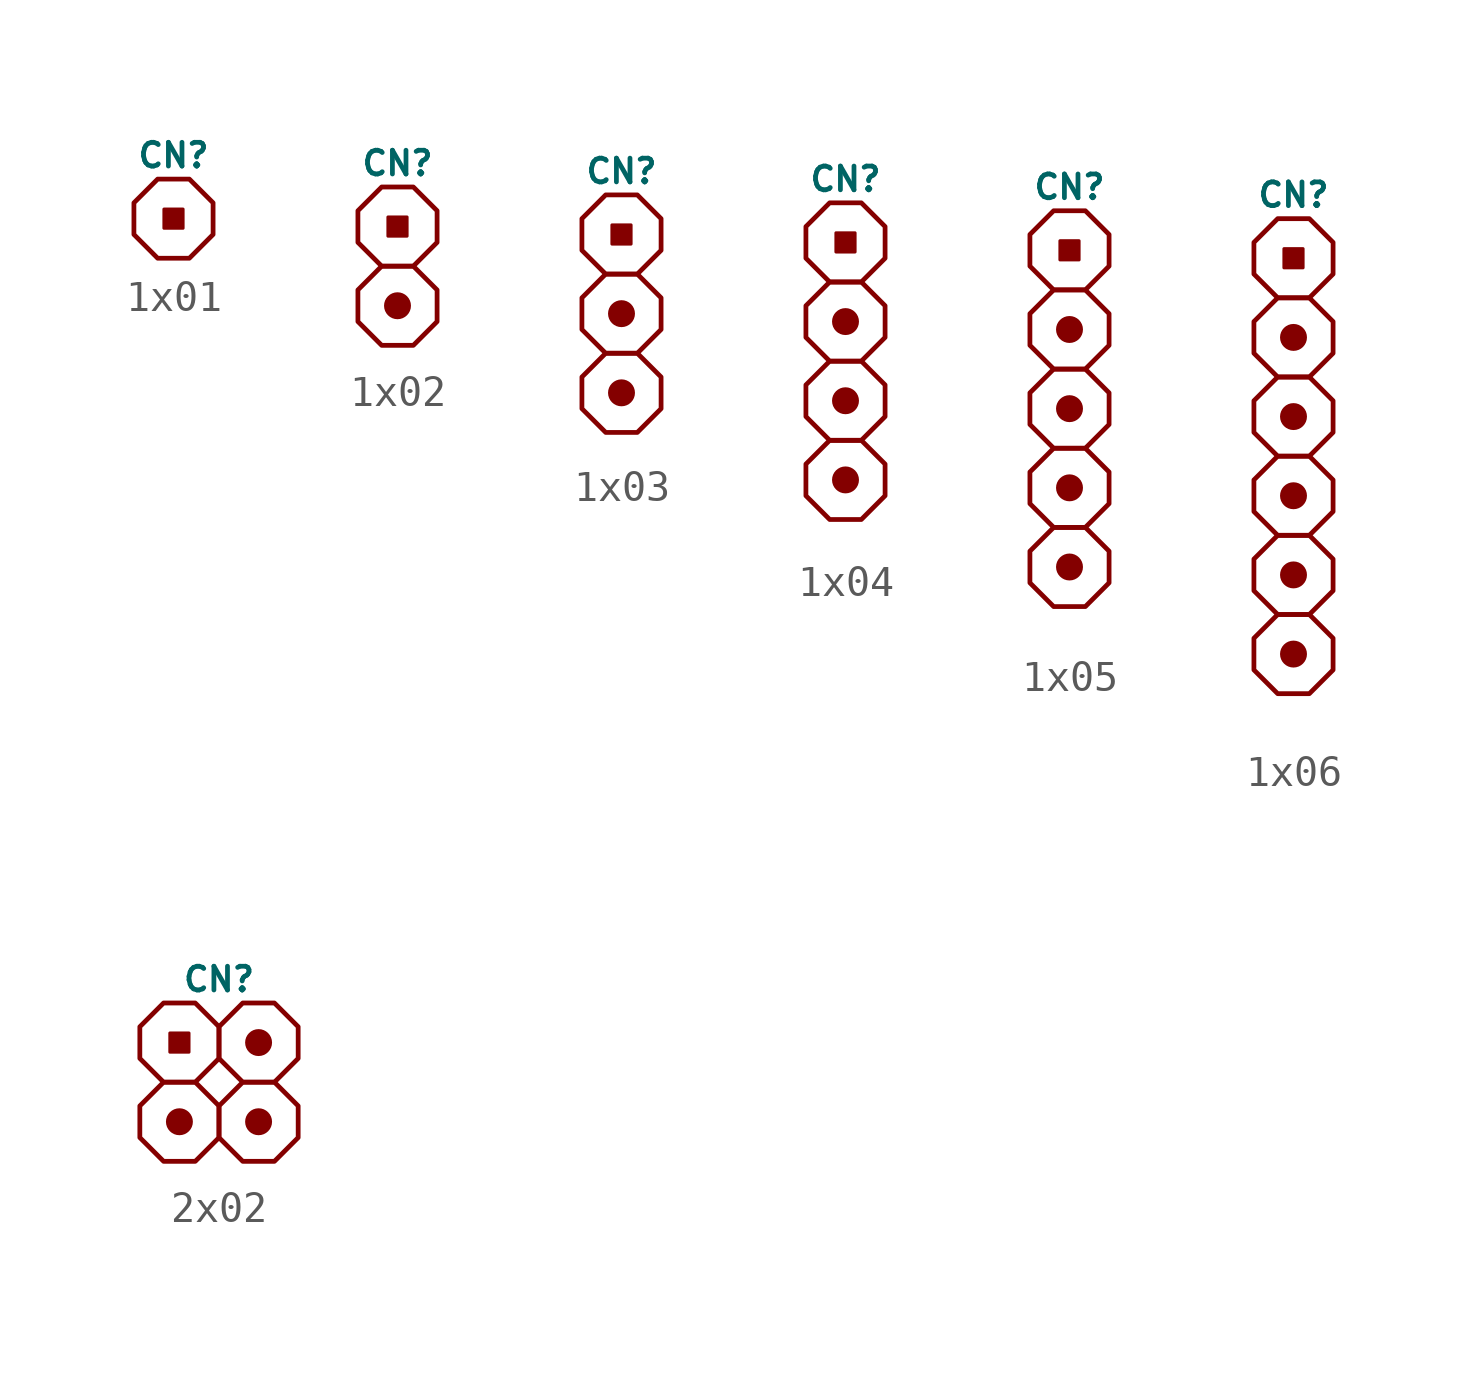
<source format=kicad_sym>
(kicad_symbol_lib
  (version 20220914)
  (generator kicad_symbol_editor)
  (symbol "1x01"
    (pin_numbers hide)
    (pin_names
      (offset 0) hide)
    (property "Reference" "CN"
      (at 0 2.032 0)
      (effects (font (size 0.762 0.762))))
    (symbol "1x01_0_1"
      (rectangle (start -0.305 0.305) (end 0.305 -0.305) (stroke (width 0.102) (type solid)) (fill (type outline)))
      (polyline (pts (xy 0 -1.27) (xy -0.508 -1.27) (xy -1.27 -0.508) (xy -1.27 0.508) (xy -0.508 1.27) (xy 0.508 1.27) (xy 1.27 0.508) (xy 1.27 -0.508) (xy 0.508 -1.27) (xy 0 -1.27)) (stroke (width 0) (type solid)) (fill (type none))))
    (symbol "1x01_1_1"
      (pin passive line (at 0 0 0) (length 0) (name "1" (effects (font (size 0.889 0.889)))) (number "1" (effects (font (size 0.889 0.889)))))))
  (symbol "1x02"
    (pin_numbers hide)
    (pin_names
      (offset 0) hide)
    (property "Reference" "CN"
      (at 0 3.302 0)
      (effects (font (size 0.762 0.762))))
    (symbol "1x02_0_1"
      (rectangle (start -0.305 1.575) (end 0.305 0.965) (stroke (width 0.102) (type solid)) (fill (type outline)))
      (circle (center 0 -1.27) (radius 0.356) (stroke (width 0) (type solid)) (fill (type outline)))
      (polyline (pts (xy 0 -2.54) (xy -0.508 -2.54) (xy -1.27 -1.778) (xy -1.27 -0.762) (xy -0.508 0) (xy 0.508 0) (xy 1.27 -0.762) (xy 1.27 -1.778) (xy 0.508 -2.54) (xy 0 -2.54)) (stroke (width 0) (type solid)) (fill (type none)))
      (polyline (pts (xy 0 0) (xy -0.508 0) (xy -1.27 0.762) (xy -1.27 1.778) (xy -0.508 2.54) (xy 0.508 2.54) (xy 1.27 1.778) (xy 1.27 0.762) (xy 0.508 0) (xy 0 0)) (stroke (width 0) (type solid)) (fill (type none))))
    (symbol "1x02_1_1"
      (pin passive line (at 0 1.27 0) (length 0) (name "1" (effects (font (size 0.889 0.889)))) (number "1" (effects (font (size 0.889 0.889)))))
      (pin passive line (at 0 -1.27 0) (length 0) (name "2" (effects (font (size 0.889 0.889)))) (number "2" (effects (font (size 0.889 0.889)))))))
  (symbol "1x03"
    (pin_numbers hide)
    (pin_names
      (offset 0) hide)
    (property "Reference" "CN"
      (at 0 4.572 0)
      (effects (font (size 0.762 0.762))))
    (symbol "1x03_0_1"
      (rectangle (start -0.305 2.845) (end 0.305 2.235) (stroke (width 0.102) (type solid)) (fill (type outline)))
      (circle (center 0 -2.54) (radius 0.356) (stroke (width 0) (type solid)) (fill (type outline)))
      (polyline (pts (xy 0 -3.81) (xy -0.508 -3.81) (xy -1.27 -3.048) (xy -1.27 -2.032) (xy -0.508 -1.27) (xy 0.508 -1.27) (xy 1.27 -2.032) (xy 1.27 -3.048) (xy 0.508 -3.81) (xy 0 -3.81)) (stroke (width 0) (type solid)) (fill (type none)))
      (polyline (pts (xy 0 -1.27) (xy -0.508 -1.27) (xy -1.27 -0.508) (xy -1.27 0.508) (xy -0.508 1.27) (xy 0.508 1.27) (xy 1.27 0.508) (xy 1.27 -0.508) (xy 0.508 -1.27) (xy 0 -1.27)) (stroke (width 0) (type solid)) (fill (type none)))
      (polyline (pts (xy 0 1.27) (xy -0.508 1.27) (xy -1.27 2.032) (xy -1.27 3.048) (xy -0.508 3.81) (xy 0.508 3.81) (xy 1.27 3.048) (xy 1.27 2.032) (xy 0.508 1.27) (xy 0 1.27)) (stroke (width 0) (type solid)) (fill (type none)))
      (circle (center 0 0) (radius 0.356) (stroke (width 0) (type solid)) (fill (type outline))))
    (symbol "1x03_1_1"
      (pin passive line (at 0 2.54 0) (length 0) (name "1" (effects (font (size 0.889 0.889)))) (number "1" (effects (font (size 0.889 0.889)))))
      (pin passive line (at 0 0 0) (length 0) (name "2" (effects (font (size 0.889 0.889)))) (number "2" (effects (font (size 0.889 0.889)))))
      (pin passive line (at 0 -2.54 0) (length 0) (name "3" (effects (font (size 0.889 0.889)))) (number "3" (effects (font (size 0.889 0.889)))))))
  (symbol "1x04"
    (pin_numbers hide)
    (pin_names
      (offset 0) hide)
    (property "Reference" "CN"
      (at 0 5.842 0)
      (effects (font (size 0.762 0.762))))
    (symbol "1x04_0_1"
      (rectangle (start -0.305 4.115) (end 0.305 3.505) (stroke (width 0.102) (type solid)) (fill (type outline)))
      (circle (center 0 -3.81) (radius 0.356) (stroke (width 0) (type solid)) (fill (type outline)))
      (circle (center 0 -1.27) (radius 0.356) (stroke (width 0) (type solid)) (fill (type outline)))
      (polyline (pts (xy 0 -5.08) (xy -0.508 -5.08) (xy -1.27 -4.318) (xy -1.27 -3.302) (xy -0.508 -2.54) (xy 0.508 -2.54) (xy 1.27 -3.302) (xy 1.27 -4.318) (xy 0.508 -5.08) (xy 0 -5.08)) (stroke (width 0) (type solid)) (fill (type none)))
      (polyline (pts (xy 0 -2.54) (xy -0.508 -2.54) (xy -1.27 -1.778) (xy -1.27 -0.762) (xy -0.508 0) (xy 0.508 0) (xy 1.27 -0.762) (xy 1.27 -1.778) (xy 0.508 -2.54) (xy 0 -2.54)) (stroke (width 0) (type solid)) (fill (type none)))
      (polyline (pts (xy 0 0) (xy -0.508 0) (xy -1.27 0.762) (xy -1.27 1.778) (xy -0.508 2.54) (xy 0.508 2.54) (xy 1.27 1.778) (xy 1.27 0.762) (xy 0.508 0) (xy 0 0)) (stroke (width 0) (type solid)) (fill (type none)))
      (polyline (pts (xy 0 2.54) (xy -0.508 2.54) (xy -1.27 3.302) (xy -1.27 4.318) (xy -0.508 5.08) (xy 0.508 5.08) (xy 1.27 4.318) (xy 1.27 3.302) (xy 0.508 2.54) (xy 0 2.54)) (stroke (width 0) (type solid)) (fill (type none)))
      (circle (center 0 1.27) (radius 0.356) (stroke (width 0) (type solid)) (fill (type outline))))
    (symbol "1x04_1_1"
      (pin passive line (at 0 3.81 0) (length 0) (name "1" (effects (font (size 0.889 0.889)))) (number "1" (effects (font (size 0.889 0.889)))))
      (pin passive line (at 0 1.27 0) (length 0) (name "2" (effects (font (size 0.889 0.889)))) (number "2" (effects (font (size 0.889 0.889)))))
      (pin passive line (at 0 -1.27 0) (length 0) (name "3" (effects (font (size 0.889 0.889)))) (number "3" (effects (font (size 0.889 0.889)))))
      (pin passive line (at 0 -3.81 0) (length 0) (name "4" (effects (font (size 0.889 0.889)))) (number "4" (effects (font (size 0.889 0.889)))))))
  (symbol "1x05"
    (pin_numbers hide)
    (pin_names
      (offset 0) hide)
    (property "Reference" "CN"
      (at 0 7.112 0)
      (effects (font (size 0.762 0.762))))
    (symbol "1x05_0_1"
      (rectangle (start -0.305 5.385) (end 0.305 4.775) (stroke (width 0.102) (type solid)) (fill (type outline)))
      (circle (center 0 -5.08) (radius 0.356) (stroke (width 0) (type solid)) (fill (type outline)))
      (circle (center 0 -2.54) (radius 0.356) (stroke (width 0) (type solid)) (fill (type outline)))
      (polyline (pts (xy 0 -6.35) (xy -0.508 -6.35) (xy -1.27 -5.588) (xy -1.27 -4.572) (xy -0.508 -3.81) (xy 0.508 -3.81) (xy 1.27 -4.572) (xy 1.27 -5.588) (xy 0.508 -6.35) (xy 0 -6.35)) (stroke (width 0) (type solid)) (fill (type none)))
      (polyline (pts (xy 0 -3.81) (xy -0.508 -3.81) (xy -1.27 -3.048) (xy -1.27 -2.032) (xy -0.508 -1.27) (xy 0.508 -1.27) (xy 1.27 -2.032) (xy 1.27 -3.048) (xy 0.508 -3.81) (xy 0 -3.81)) (stroke (width 0) (type solid)) (fill (type none)))
      (polyline (pts (xy 0 -1.27) (xy -0.508 -1.27) (xy -1.27 -0.508) (xy -1.27 0.508) (xy -0.508 1.27) (xy 0.508 1.27) (xy 1.27 0.508) (xy 1.27 -0.508) (xy 0.508 -1.27) (xy 0 -1.27)) (stroke (width 0) (type solid)) (fill (type none)))
      (polyline (pts (xy 0 1.27) (xy -0.508 1.27) (xy -1.27 2.032) (xy -1.27 3.048) (xy -0.508 3.81) (xy 0.508 3.81) (xy 1.27 3.048) (xy 1.27 2.032) (xy 0.508 1.27) (xy 0 1.27)) (stroke (width 0) (type solid)) (fill (type none)))
      (polyline (pts (xy 0 3.81) (xy -0.508 3.81) (xy -1.27 4.572) (xy -1.27 5.588) (xy -0.508 6.35) (xy 0.508 6.35) (xy 1.27 5.588) (xy 1.27 4.572) (xy 0.508 3.81) (xy 0 3.81)) (stroke (width 0) (type solid)) (fill (type none)))
      (circle (center 0 0) (radius 0.356) (stroke (width 0) (type solid)) (fill (type outline)))
      (circle (center 0 2.54) (radius 0.356) (stroke (width 0) (type solid)) (fill (type outline))))
    (symbol "1x05_1_1"
      (pin passive line (at 0 5.08 0) (length 0) (name "1" (effects (font (size 0.889 0.889)))) (number "1" (effects (font (size 0.889 0.889)))))
      (pin passive line (at 0 2.54 0) (length 0) (name "2" (effects (font (size 0.889 0.889)))) (number "2" (effects (font (size 0.889 0.889)))))
      (pin passive line (at 0 0 0) (length 0) (name "3" (effects (font (size 0.889 0.889)))) (number "3" (effects (font (size 0.889 0.889)))))
      (pin passive line (at 0 -2.54 0) (length 0) (name "4" (effects (font (size 0.889 0.889)))) (number "4" (effects (font (size 0.889 0.889)))))
      (pin passive line (at 0 -5.08 0) (length 0) (name "5" (effects (font (size 0.889 0.889)))) (number "5" (effects (font (size 0.889 0.889)))))))
  (symbol "1x06"
    (pin_numbers hide)
    (pin_names
      (offset 0) hide)
    (property "Reference" "CN"
      (at 0 8.382 0)
      (effects (font (size 0.762 0.762))))
    (symbol "1x06_0_1"
      (rectangle (start -0.305 6.655) (end 0.305 6.045) (stroke (width 0.102) (type solid)) (fill (type outline)))
      (circle (center 0 -6.35) (radius 0.356) (stroke (width 0) (type solid)) (fill (type outline)))
      (circle (center 0 -3.81) (radius 0.356) (stroke (width 0) (type solid)) (fill (type outline)))
      (circle (center 0 -1.27) (radius 0.356) (stroke (width 0) (type solid)) (fill (type outline)))
      (polyline (pts (xy 0 -7.62) (xy -0.508 -7.62) (xy -1.27 -6.858) (xy -1.27 -5.842) (xy -0.508 -5.08) (xy 0.508 -5.08) (xy 1.27 -5.842) (xy 1.27 -6.858) (xy 0.508 -7.62) (xy 0 -7.62)) (stroke (width 0) (type solid)) (fill (type none)))
      (polyline (pts (xy 0 -5.08) (xy -0.508 -5.08) (xy -1.27 -4.318) (xy -1.27 -3.302) (xy -0.508 -2.54) (xy 0.508 -2.54) (xy 1.27 -3.302) (xy 1.27 -4.318) (xy 0.508 -5.08) (xy 0 -5.08)) (stroke (width 0) (type solid)) (fill (type none)))
      (polyline (pts (xy 0 -2.54) (xy -0.508 -2.54) (xy -1.27 -1.778) (xy -1.27 -0.762) (xy -0.508 0) (xy 0.508 0) (xy 1.27 -0.762) (xy 1.27 -1.778) (xy 0.508 -2.54) (xy 0 -2.54)) (stroke (width 0) (type solid)) (fill (type none)))
      (polyline (pts (xy 0 0) (xy -0.508 0) (xy -1.27 0.762) (xy -1.27 1.778) (xy -0.508 2.54) (xy 0.508 2.54) (xy 1.27 1.778) (xy 1.27 0.762) (xy 0.508 0) (xy 0 0)) (stroke (width 0) (type solid)) (fill (type none)))
      (polyline (pts (xy 0 2.54) (xy -0.508 2.54) (xy -1.27 3.302) (xy -1.27 4.318) (xy -0.508 5.08) (xy 0.508 5.08) (xy 1.27 4.318) (xy 1.27 3.302) (xy 0.508 2.54) (xy 0 2.54)) (stroke (width 0) (type solid)) (fill (type none)))
      (polyline (pts (xy 0 5.08) (xy -0.508 5.08) (xy -1.27 5.842) (xy -1.27 6.858) (xy -0.508 7.62) (xy 0.508 7.62) (xy 1.27 6.858) (xy 1.27 5.842) (xy 0.508 5.08) (xy 0 5.08)) (stroke (width 0) (type solid)) (fill (type none)))
      (circle (center 0 1.27) (radius 0.356) (stroke (width 0) (type solid)) (fill (type outline)))
      (circle (center 0 3.81) (radius 0.356) (stroke (width 0) (type solid)) (fill (type outline))))
    (symbol "1x06_1_1"
      (pin passive line (at 0 6.35 0) (length 0) (name "1" (effects (font (size 0.889 0.889)))) (number "1" (effects (font (size 0.889 0.889)))))
      (pin passive line (at 0 3.81 0) (length 0) (name "2" (effects (font (size 0.889 0.889)))) (number "2" (effects (font (size 0.889 0.889)))))
      (pin passive line (at 0 1.27 0) (length 0) (name "3" (effects (font (size 0.889 0.889)))) (number "3" (effects (font (size 0.889 0.889)))))
      (pin passive line (at 0 -1.27 0) (length 0) (name "4" (effects (font (size 0.889 0.889)))) (number "4" (effects (font (size 0.889 0.889)))))
      (pin passive line (at 0 -3.81 0) (length 0) (name "5" (effects (font (size 0.889 0.889)))) (number "5" (effects (font (size 0.889 0.889)))))
      (pin passive line (at 0 -6.35 0) (length 0) (name "6" (effects (font (size 0.889 0.889)))) (number "6" (effects (font (size 0.889 0.889)))))))
  (symbol "2x02"
    (pin_numbers hide)
    (pin_names
      (offset 0) hide)
    (property "Reference" "CN"
      (at 0 3.302 0)
      (effects (font (size 0.762 0.762))))
    (symbol "2x02_0_1"
      (rectangle (start -1.575 1.575) (end -0.965 0.965) (stroke (width 0.102) (type solid)) (fill (type outline)))
      (circle (center -1.27 -1.27) (radius 0.356) (stroke (width 0) (type solid)) (fill (type outline)))
      (polyline (pts (xy -1.27 -2.54) (xy -1.778 -2.54) (xy -2.54 -1.778) (xy -2.54 -0.762) (xy -1.778 0) (xy -0.762 0) (xy 0 -0.762) (xy 0 -1.778) (xy -0.762 -2.54) (xy -1.27 -2.54)) (stroke (width 0) (type solid)) (fill (type none)))
      (polyline (pts (xy -1.27 0) (xy -1.778 0) (xy -2.54 0.762) (xy -2.54 1.778) (xy -1.778 2.54) (xy -0.762 2.54) (xy 0 1.778) (xy 0 0.762) (xy -0.762 0) (xy -1.27 0)) (stroke (width 0) (type solid)) (fill (type none)))
      (polyline (pts (xy 1.27 -2.54) (xy 0.762 -2.54) (xy 0 -1.778) (xy 0 -0.762) (xy 0.762 0) (xy 1.778 0) (xy 2.54 -0.762) (xy 2.54 -1.778) (xy 1.778 -2.54) (xy 1.27 -2.54)) (stroke (width 0) (type solid)) (fill (type none)))
      (polyline (pts (xy 1.27 0) (xy 0.762 0) (xy 0 0.762) (xy 0 1.778) (xy 0.762 2.54) (xy 1.778 2.54) (xy 2.54 1.778) (xy 2.54 0.762) (xy 1.778 0) (xy 1.27 0)) (stroke (width 0) (type solid)) (fill (type none)))
      (circle (center 1.27 -1.27) (radius 0.356) (stroke (width 0) (type solid)) (fill (type outline)))
      (circle (center 1.27 1.27) (radius 0.356) (stroke (width 0) (type solid)) (fill (type outline))))
    (symbol "2x02_1_1"
      (pin passive line (at -1.27 1.27 0) (length 0) (name "1" (effects (font (size 0.889 0.889)))) (number "1" (effects (font (size 0.889 0.889)))))
      (pin passive line (at 1.27 1.27 180) (length 0) (name "2" (effects (font (size 0.889 0.889)))) (number "2" (effects (font (size 0.889 0.889)))))
      (pin passive line (at -1.27 -1.27 0) (length 0) (name "3" (effects (font (size 0.889 0.889)))) (number "3" (effects (font (size 0.889 0.889)))))
      (pin passive line (at 1.27 -1.27 180) (length 0) (name "4" (effects (font (size 0.889 0.889)))) (number "4" (effects (font (size 0.889 0.889))))))))
</source>
